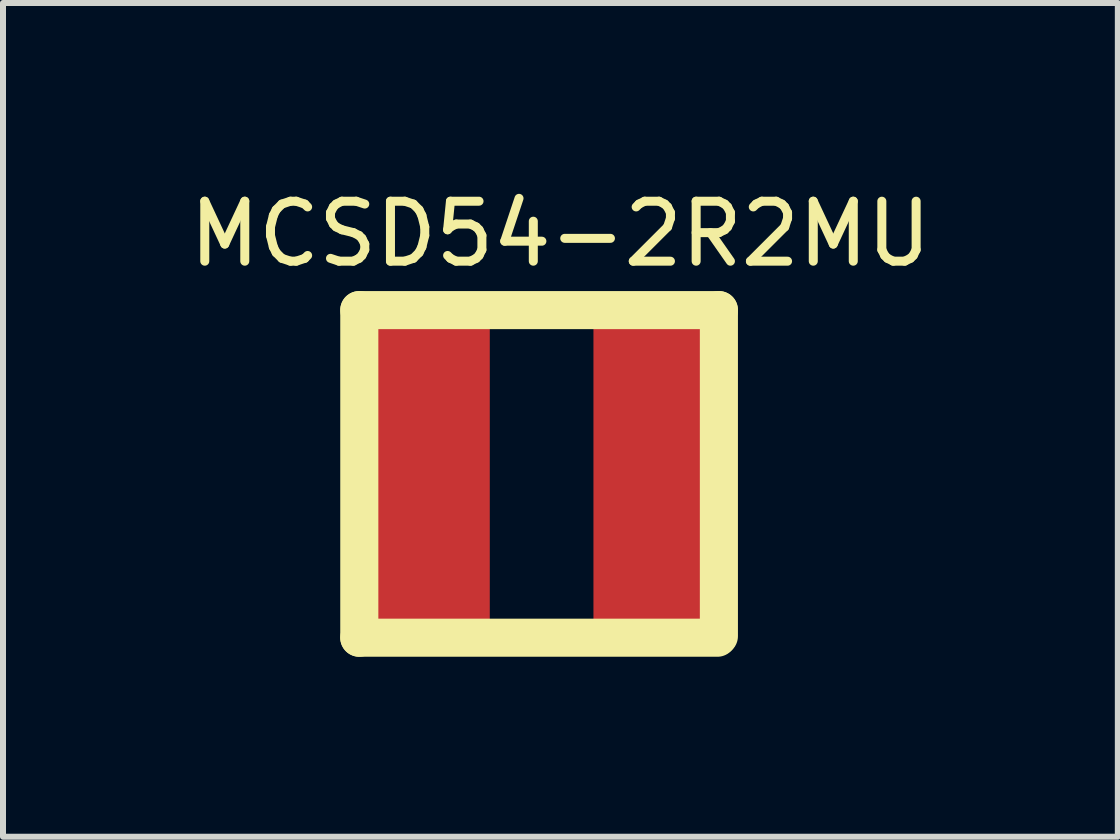
<source format=kicad_pcb>
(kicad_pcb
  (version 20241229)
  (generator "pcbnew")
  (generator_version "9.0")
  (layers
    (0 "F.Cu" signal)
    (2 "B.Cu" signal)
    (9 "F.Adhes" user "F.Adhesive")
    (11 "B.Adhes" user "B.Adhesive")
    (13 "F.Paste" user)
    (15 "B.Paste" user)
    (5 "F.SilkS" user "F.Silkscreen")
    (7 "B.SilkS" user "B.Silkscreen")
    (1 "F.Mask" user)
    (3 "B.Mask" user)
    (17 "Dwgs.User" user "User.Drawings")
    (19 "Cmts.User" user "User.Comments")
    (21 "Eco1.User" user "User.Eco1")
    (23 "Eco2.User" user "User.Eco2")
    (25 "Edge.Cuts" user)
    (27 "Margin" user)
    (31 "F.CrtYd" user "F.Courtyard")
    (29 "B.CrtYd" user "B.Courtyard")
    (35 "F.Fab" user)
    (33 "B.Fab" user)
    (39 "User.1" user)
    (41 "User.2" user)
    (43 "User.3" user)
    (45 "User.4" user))
  (footprint "MCSD54-2R2MU"
    (layer "F.Cu")
    (at 5.936 4.811)
    (property "Reference" "MCSD54-2R2MU" (at 0.356 -3.962 0) (layer "F.SilkS") (effects (font (size 1 1) (thickness 0.15))))
    (attr through_hole)
    (fp_line (start -2.997 -2.692) (end 2.997 -2.692) (stroke (width 0.635) (type solid)) (layer "F.SilkS"))
    (fp_line (start -2.997 2.769) (end -2.997 -2.692) (stroke (width 0.635) (type solid)) (layer "F.SilkS"))
    (fp_line (start 2.972 2.769) (end -2.997 2.769) (stroke (width 0.635) (type solid)) (layer "F.SilkS"))
    (fp_line (start 2.997 -2.692) (end 2.997 2.743) (stroke (width 0.635) (type solid)) (layer "F.SilkS"))
    (pad "1" smd rect (at -1.897 0.058) (size 2.15 5.5) (layers "F.Cu" "F.Mask" "F.Paste"))
    (pad "2" smd rect (at 1.981 0.076) (size 2.15 5.5) (layers "F.Cu" "F.Mask" "F.Paste")))
  (gr_rect
    (start -3 -3)
    (end 15.583 10.897)
    (stroke (width 0.1) (type default))
    (fill no)
    (layer "Edge.Cuts")))
</source>
